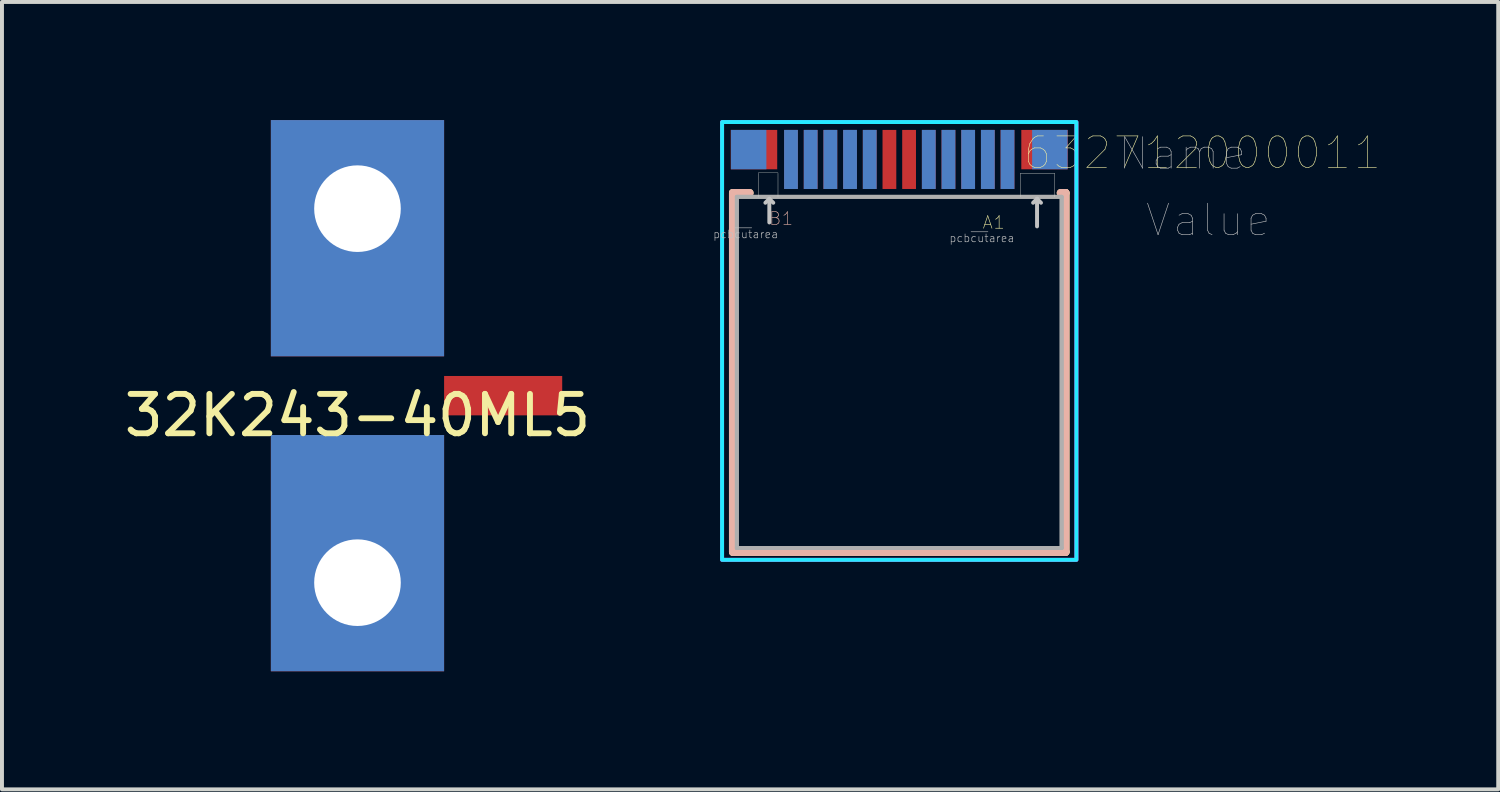
<source format=kicad_pcb>
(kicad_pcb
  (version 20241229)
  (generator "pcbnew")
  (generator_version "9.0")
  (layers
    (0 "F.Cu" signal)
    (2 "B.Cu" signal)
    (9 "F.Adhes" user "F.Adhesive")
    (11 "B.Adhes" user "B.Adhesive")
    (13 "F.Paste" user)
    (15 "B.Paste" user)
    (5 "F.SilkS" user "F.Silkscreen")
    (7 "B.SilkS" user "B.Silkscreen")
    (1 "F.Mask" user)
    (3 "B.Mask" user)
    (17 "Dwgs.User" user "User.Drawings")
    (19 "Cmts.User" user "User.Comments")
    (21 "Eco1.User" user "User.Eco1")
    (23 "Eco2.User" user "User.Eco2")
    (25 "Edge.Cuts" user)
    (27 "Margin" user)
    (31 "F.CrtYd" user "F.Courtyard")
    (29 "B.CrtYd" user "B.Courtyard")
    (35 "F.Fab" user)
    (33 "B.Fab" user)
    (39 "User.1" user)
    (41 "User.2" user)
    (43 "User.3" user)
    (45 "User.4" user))
  (footprint "32K243-40ML5"
    (layer "F.Cu")
    (at 6.03 7)
    (property "Reference" "32K243-40ML5" (at 0 0.5 0) (layer "F.SilkS") (effects (font (size 1 1) (thickness 0.15))))
    (attr through_hole)
    (pad "1" smd rect (at 3.7 0) (size 3 1) (layers "F.Cu" "F.Mask" "F.Paste"))
    (pad "2" thru_hole rect (at 0 -4.75) (size 4.4 6) (drill 2.2 (offset 0 0.75)) (layers "*.Cu" "*.Mask"))
    (pad "2" thru_hole rect (at 0 4.75) (size 4.4 6) (drill 2.2 (offset 0 -0.75)) (layers "*.Cu" "*.Mask")))
  (footprint "632712000011"
    (layer "F.Cu")
    (at 19.791 1)
    (property "Reference" "632712000011" (at 7.7 -0.168 0) (layer "F.SilkS") (effects (font (size 0.8 0.8) (thickness 0.015))))
    (attr through_hole)
    (fp_line (start -4.225 0.85) (end -4.225 9.97) (stroke (width 0.2) (type solid)) (layer "F.SilkS"))
    (fp_line (start -4.225 9.97) (end 4.225 9.97) (stroke (width 0.2) (type solid)) (layer "F.SilkS"))
    (fp_line (start -3.8 0.85) (end -4.225 0.85) (stroke (width 0.2) (type solid)) (layer "F.SilkS"))
    (fp_line (start 4.225 0.85) (end 4.1 0.85) (stroke (width 0.2) (type solid)) (layer "F.SilkS"))
    (fp_line (start 4.225 9.97) (end 4.225 0.85) (stroke (width 0.2) (type solid)) (layer "F.SilkS"))
    (fp_line (start -4.225 0.85) (end -4.225 9.97) (stroke (width 0.2) (type solid)) (layer "B.SilkS"))
    (fp_line (start -4.225 9.97) (end 4.225 9.97) (stroke (width 0.2) (type solid)) (layer "B.SilkS"))
    (fp_line (start -3.8 0.85) (end -4.225 0.85) (stroke (width 0.2) (type solid)) (layer "B.SilkS"))
    (fp_line (start 4.225 0.85) (end 4.1 0.85) (stroke (width 0.2) (type solid)) (layer "B.SilkS"))
    (fp_line (start 4.225 9.97) (end 4.225 0.85) (stroke (width 0.2) (type solid)) (layer "B.SilkS"))
    (fp_line (start -3.3 1) (end -3.4 1.1) (stroke (width 0.1) (type solid)) (layer "Dwgs.User"))
    (fp_line (start -3.3 1) (end -3.3 1.6) (stroke (width 0.1) (type solid)) (layer "Dwgs.User"))
    (fp_line (start -3.3 1) (end -3.2 1.1) (stroke (width 0.1) (type solid)) (layer "Dwgs.User"))
    (fp_line (start 3.5 1) (end 3.4 1.1) (stroke (width 0.1) (type solid)) (layer "Dwgs.User"))
    (fp_line (start 3.5 1) (end 3.5 1.7) (stroke (width 0.1) (type solid)) (layer "Dwgs.User"))
    (fp_line (start 3.5 1) (end 3.6 1.1) (stroke (width 0.1) (type solid)) (layer "Dwgs.User"))
    (fp_line (start -3.58 0.95) (end -3.58 0.35) (stroke (width 0.01) (type solid)) (layer "Edge.Cuts"))
    (fp_line (start -3.08 0.34) (end -3.58 0.34) (stroke (width 0.01) (type solid)) (layer "Edge.Cuts"))
    (fp_line (start -3.08 0.35) (end -3.08 0.95) (stroke (width 0.01) (type solid)) (layer "Edge.Cuts"))
    (fp_line (start 3.075 0.95) (end 3.075 0.35) (stroke (width 0.01) (type solid)) (layer "Edge.Cuts"))
    (fp_line (start 3.945 0.35) (end 3.075 0.35) (stroke (width 0.01) (type solid)) (layer "Edge.Cuts"))
    (fp_line (start 3.945 0.35) (end 3.945 0.95) (stroke (width 0.01) (type solid)) (layer "Edge.Cuts"))
    (fp_poly (pts (xy -4.5 -0.95) (xy 4.5 -0.95) (xy 4.5 10.17) (xy -4.5 10.17)) (stroke (width 0.1) (type solid)) (fill no) (layer "B.CrtYd"))
    (fp_poly (pts (xy -4.5 -0.95) (xy 4.5 -0.95) (xy 4.5 10.17) (xy -4.5 10.17)) (stroke (width 0.1) (type solid)) (fill no) (layer "F.CrtYd"))
    (fp_line (start -4.125 0.95) (end -4.125 9.87) (stroke (width 0.1) (type solid)) (layer "F.Fab"))
    (fp_line (start -4.125 0.95) (end -4.125 9.87) (stroke (width 0.1) (type solid)) (layer "F.Fab"))
    (fp_line (start -4.125 0.95) (end 4.125 0.95) (stroke (width 0.1) (type solid)) (layer "F.Fab"))
    (fp_line (start -4.125 9.87) (end 4.125 9.87) (stroke (width 0.1) (type solid)) (layer "F.Fab"))
    (fp_line (start -4.125 9.87) (end 4.125 9.87) (stroke (width 0.1) (type solid)) (layer "F.Fab"))
    (fp_line (start 4.125 0.95) (end -4.125 0.95) (stroke (width 0.1) (type solid)) (layer "F.Fab"))
    (fp_line (start 4.125 9.87) (end 4.125 0.95) (stroke (width 0.1) (type solid)) (layer "F.Fab"))
    (fp_line (start 4.125 9.87) (end 4.125 0.95) (stroke (width 0.1) (type solid)) (layer "F.Fab"))
    (fp_text user "A1" (at 2.4 1.6 0) (layer "F.SilkS") (effects (font (size 0.32 0.32) (thickness 0.015))))
    (fp_text user "B1" (at -3 1.5 0) (layer "B.SilkS") (effects (font (size 0.32 0.32) (thickness 0.015))))
    (fp_text user "Value" (at 7.85 1.542 0) (layer "Dwgs.User") (effects (font (size 0.8 0.8) (thickness 0.015))))
    (fp_text user "pcb~{cut}area" (at -3.9 1.9 0) (layer "Dwgs.User") (effects (font (size 0.2 0.2) (thickness 0.015))))
    (fp_text user "pcb~{cut}area" (at 2.1 2 0) (layer "Dwgs.User") (effects (font (size 0.2 0.2) (thickness 0.015))))
    (fp_text user "Name" (at 7.192 -0.148 0) (layer "Dwgs.User") (effects (font (size 0.8 0.8) (thickness 0.015))))
    (pad "A1" smd rect (at 2.75 0) (size 0.35 1.5) (layers "F.Cu" "F.Mask" "F.Paste"))
    (pad "A2" smd rect (at 2.25 0) (size 0.35 1.5) (layers "F.Cu" "F.Mask" "F.Paste"))
    (pad "A3" smd rect (at 1.75 0) (size 0.35 1.5) (layers "F.Cu" "F.Mask" "F.Paste"))
    (pad "A4" smd rect (at 1.25 0) (size 0.35 1.5) (layers "F.Cu" "F.Mask" "F.Paste"))
    (pad "A5" smd rect (at 0.75 0) (size 0.35 1.5) (layers "F.Cu" "F.Mask" "F.Paste"))
    (pad "A6" smd rect (at 0.25 0) (size 0.35 1.5) (layers "F.Cu" "F.Mask" "F.Paste"))
    (pad "A7" smd rect (at -0.25 0) (size 0.35 1.5) (layers "F.Cu" "F.Mask" "F.Paste"))
    (pad "A8" smd rect (at -0.75 0) (size 0.35 1.5) (layers "F.Cu" "F.Mask" "F.Paste"))
    (pad "A9" smd rect (at -1.25 0) (size 0.35 1.5) (layers "F.Cu" "F.Mask" "F.Paste"))
    (pad "A10" smd rect (at -1.75 0) (size 0.35 1.5) (layers "F.Cu" "F.Mask" "F.Paste"))
    (pad "A11" smd rect (at -2.25 0) (size 0.35 1.5) (layers "F.Cu" "F.Mask" "F.Paste"))
    (pad "A12" smd rect (at -2.75 0) (size 0.35 1.5) (layers "F.Cu" "F.Mask" "F.Paste"))
    (pad "B1" smd rect (at -2.75 0) (size 0.35 1.5) (layers "B.Cu" "B.Mask" "B.Paste"))
    (pad "B2" smd rect (at -2.25 0) (size 0.35 1.5) (layers "B.Cu" "B.Mask" "B.Paste"))
    (pad "B3" smd rect (at -1.75 0) (size 0.35 1.5) (layers "B.Cu" "B.Mask" "B.Paste"))
    (pad "B4" smd rect (at -1.25 0) (size 0.35 1.5) (layers "B.Cu" "B.Mask" "B.Paste"))
    (pad "B5" smd rect (at -0.75 0) (size 0.35 1.5) (layers "B.Cu" "B.Mask" "B.Paste"))
    (pad "B8" smd rect (at 0.75 0) (size 0.35 1.5) (layers "B.Cu" "B.Mask" "B.Paste"))
    (pad "B9" smd rect (at 1.25 0) (size 0.35 1.5) (layers "B.Cu" "B.Mask" "B.Paste"))
    (pad "B10" smd rect (at 1.75 0) (size 0.35 1.5) (layers "B.Cu" "B.Mask" "B.Paste"))
    (pad "B11" smd rect (at 2.25 0) (size 0.35 1.5) (layers "B.Cu" "B.Mask" "B.Paste"))
    (pad "B12" smd rect (at 2.75 0) (size 0.35 1.5) (layers "B.Cu" "B.Mask" "B.Paste"))
    (pad "S1" smd rect (at -3.69 -0.25) (size 1.18 1) (layers "F.Cu" "F.Mask" "F.Paste"))
    (pad "S2" smd rect (at 3.69 -0.25) (size 1.18 1) (layers "F.Cu" "F.Mask" "F.Paste"))
    (pad "S3" smd rect (at -3.825 -0.25) (size 0.9 1) (layers "B.Cu" "B.Mask" "B.Paste"))
    (pad "S4" smd rect (at 3.825 -0.25) (size 0.9 1) (layers "B.Cu" "B.Mask" "B.Paste")))
  (gr_rect
    (start -3 -3)
    (end 35.005 17)
    (stroke (width 0.1) (type default))
    (fill no)
    (layer "Edge.Cuts")))
</source>
